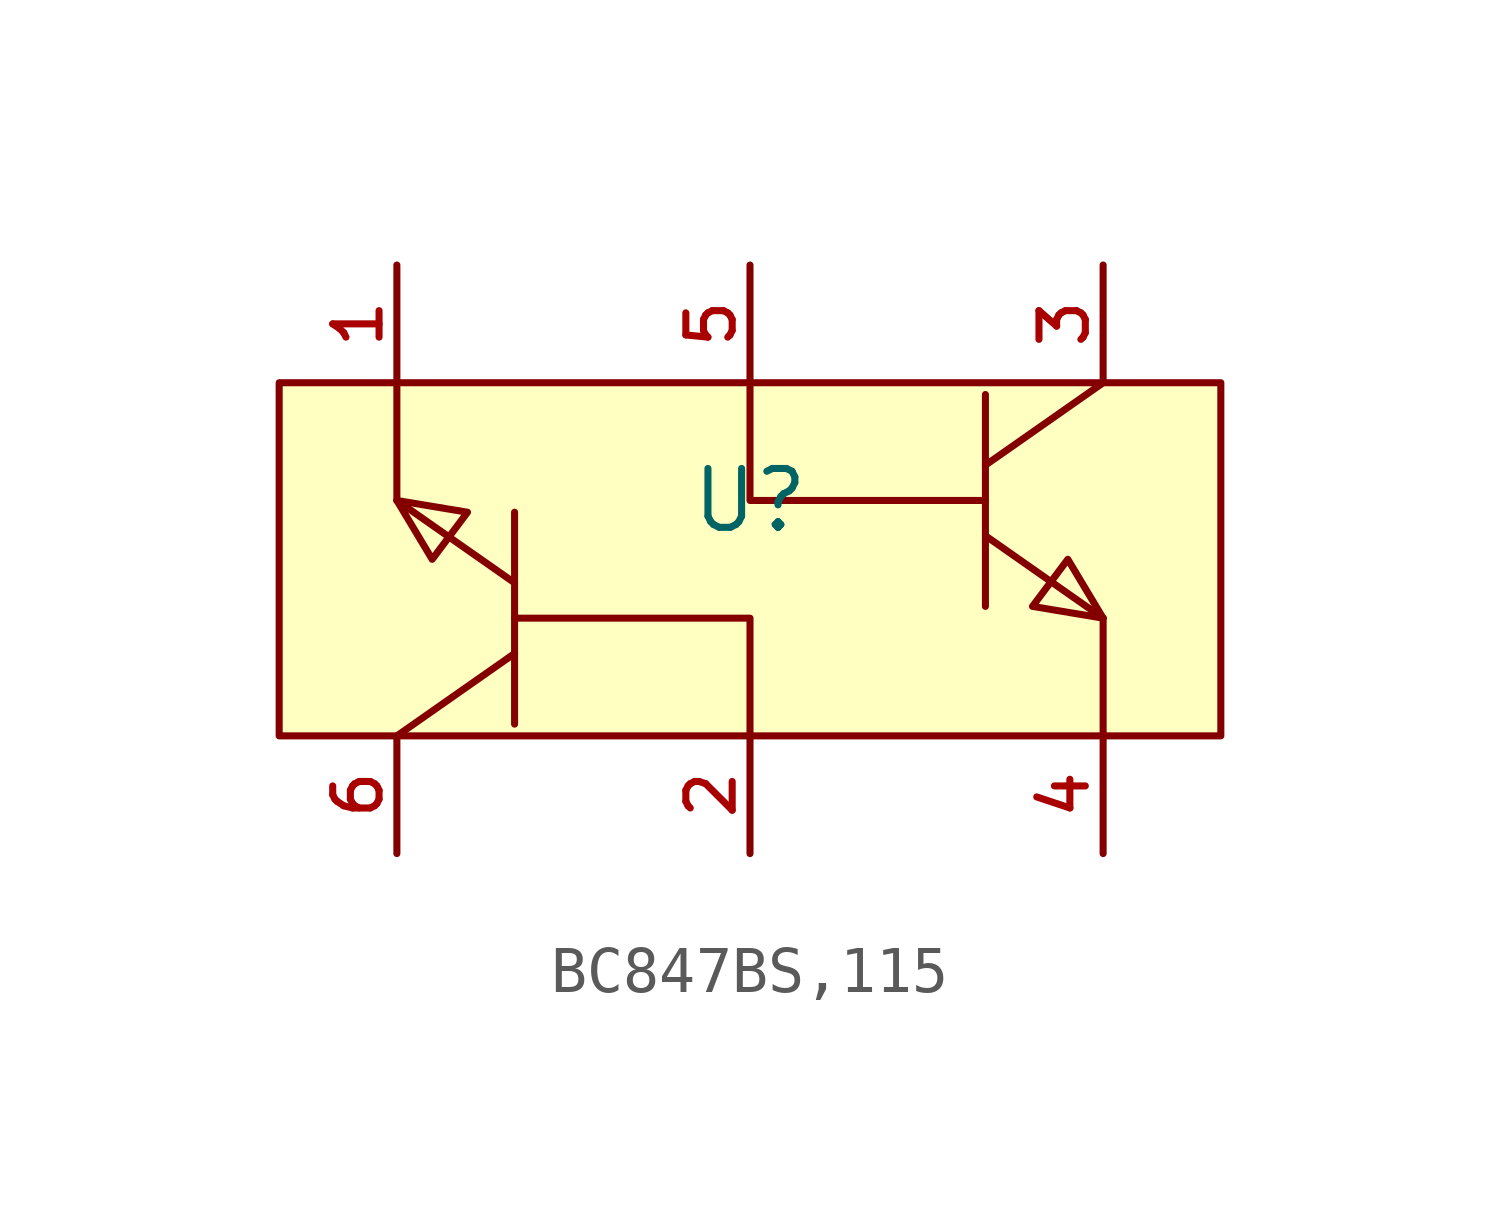
<source format=kicad_sym>
(kicad_symbol_lib
  (version 20210201)
  (generator TousstNicolas/JLC2KiCad_lib)
  (symbol "BC847BS,115"
    (pin_names hide)
    (property "Reference" "U"
      (at 0 1.27 0)
      (effects (font (size 1.27 1.27))))
    (symbol "BC847BS,115_0_1"
      (pin input line (at -7.62 -6.35 90) (length 2.54) (name "6" (effects (font (size 1 1)))) (number "6" (effects (font (size 1 1)))))
      (pin input line (at 0.0 -6.35 90) (length 2.54) (name "2" (effects (font (size 1 1)))) (number "2" (effects (font (size 1 1)))))
      (pin input line (at 7.62 -6.35 90) (length 2.54) (name "4" (effects (font (size 1 1)))) (number "4" (effects (font (size 1 1)))))
      (pin input line (at 7.62 6.35 270) (length 2.54) (name "3" (effects (font (size 1 1)))) (number "3" (effects (font (size 1 1)))))
      (pin input line (at 0.0 6.35 270) (length 2.54) (name "5" (effects (font (size 1 1)))) (number "5" (effects (font (size 1 1)))))
      (pin input line (at -7.62 6.35 270) (length 2.54) (name "1" (effects (font (size 1 1)))) (number "1" (effects (font (size 1 1)))))
      (polyline (pts (xy 0.0 -3.81) (xy 0.0 -1.27) (xy -5.08 -1.27)) (stroke (width 0) (type default) (color 0 0 0 0)) (fill (type none)))
      (polyline (pts (xy -7.62 1.27) (xy -7.62 3.81)) (stroke (width 0) (type default) (color 0 0 0 0)) (fill (type none)))
      (polyline (pts (xy 0.0 3.81) (xy 0.0 1.27) (xy 5.08 1.27)) (stroke (width 0) (type default) (color 0 0 0 0)) (fill (type none)))
      (polyline (pts (xy 7.62 -1.27) (xy 7.62 -3.81)) (stroke (width 0) (type default) (color 0 0 0 0)) (fill (type none)))
      (polyline (pts (xy -7.62 -3.81) (xy -5.08 -2.032)) (stroke (width 0) (type default) (color 0 0 0 0)) (fill (type none)))
      (polyline (pts (xy -5.08 -0.508) (xy -7.62 1.27)) (stroke (width 0) (type default) (color 0 0 0 0)) (fill (type none)))
      (polyline (pts (xy -5.08 -3.556) (xy -5.08 1.016)) (stroke (width 0) (type default) (color 0 0 0 0)) (fill (type none)))
      (polyline (pts (xy -7.62 1.27) (xy -6.858 -0.0) (xy -6.096 1.016) (xy -7.62 1.27)) (stroke (width 0) (type default) (color 0 0 0 0)) (fill (type background)))
      (polyline (pts (xy 7.62 3.81) (xy 5.08 2.032)) (stroke (width 0) (type default) (color 0 0 0 0)) (fill (type none)))
      (polyline (pts (xy 5.08 0.508) (xy 7.62 -1.27)) (stroke (width 0) (type default) (color 0 0 0 0)) (fill (type none)))
      (polyline (pts (xy 5.08 3.556) (xy 5.08 -1.016)) (stroke (width 0) (type default) (color 0 0 0 0)) (fill (type none)))
      (polyline (pts (xy 7.62 -1.27) (xy 6.858 -0.0) (xy 6.096 -1.016) (xy 7.62 -1.27)) (stroke (width 0) (type default) (color 0 0 0 0)) (fill (type background)))
      (rectangle (start -10.16 3.81) (end 10.16 -3.81) (stroke (width 0) (type default) (color 0 0 0 0)) (fill (type background))))))
</source>
